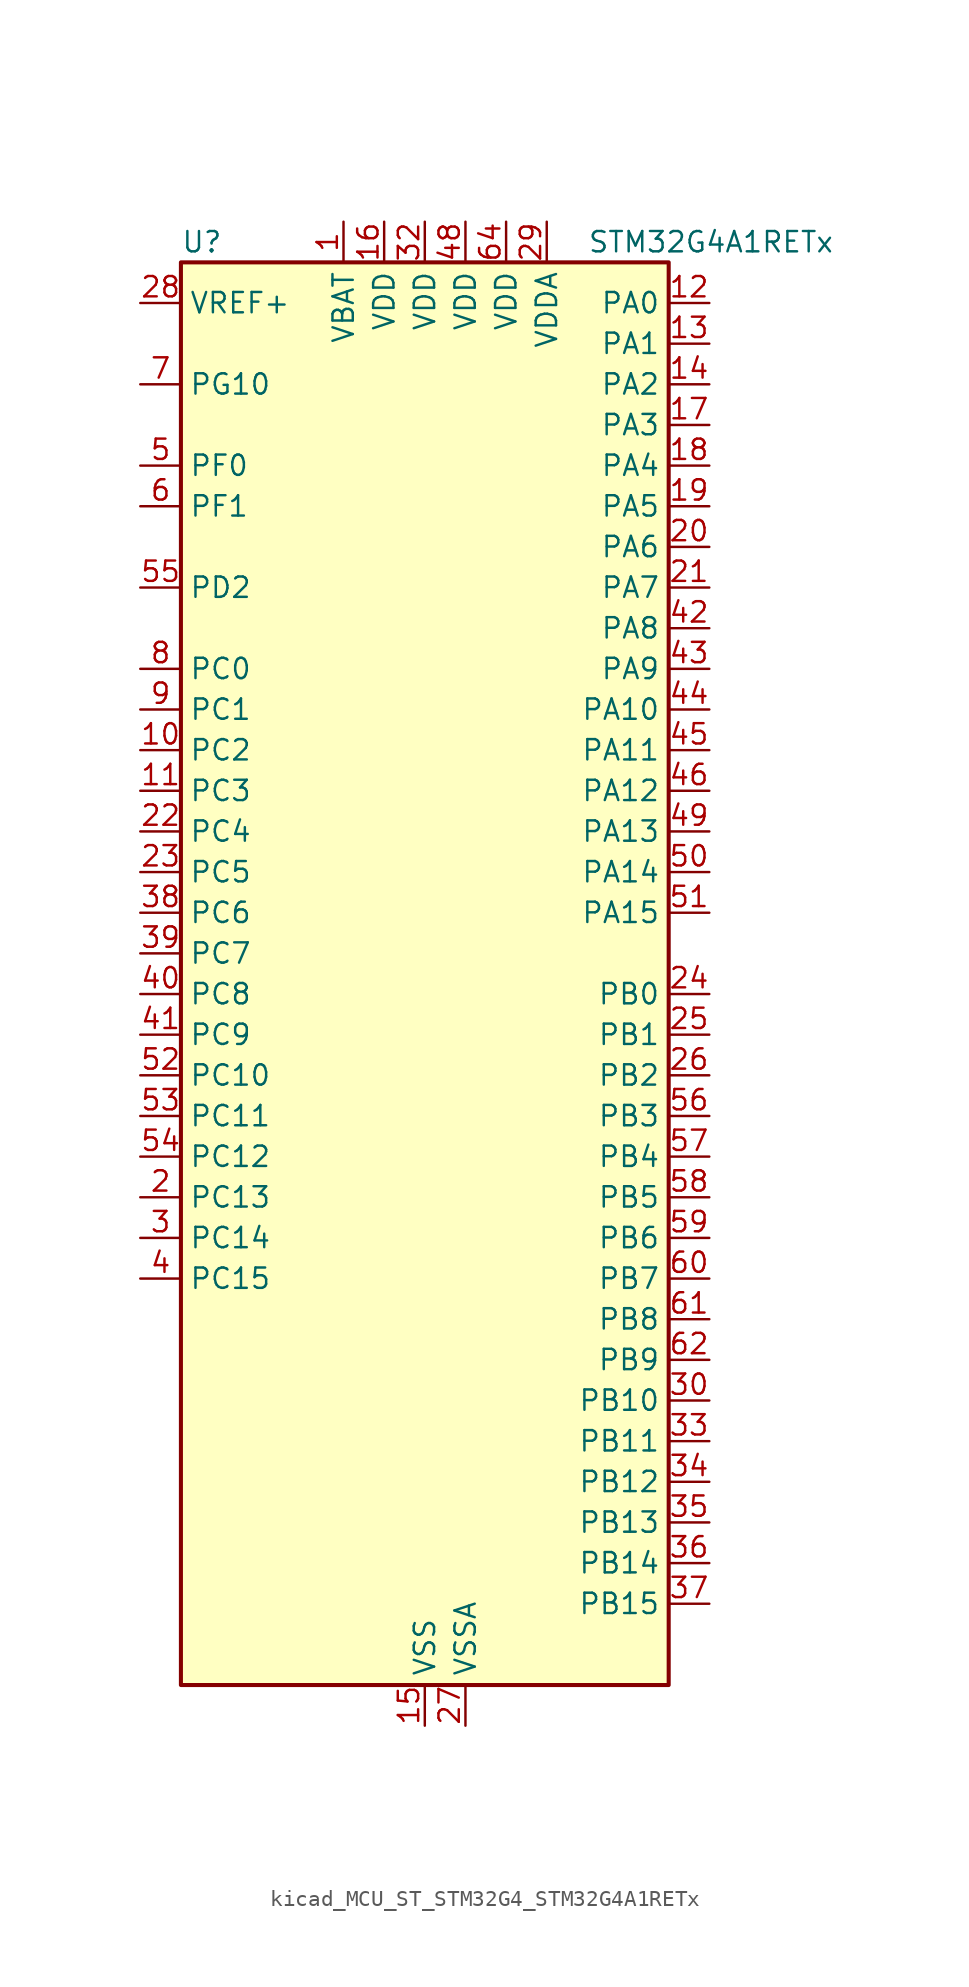
<source format=kicad_sym>
(kicad_symbol_lib
  (version 20220914)
  (generator kicad_symbol_editor)
  (symbol "kicad_MCU_ST_STM32G4_STM32G4A1RETx"
    (property "Reference" "U"
      (at -15.24 46.99 0)
      (effects (font (size 1.27 1.27)) (justify left)))
    (property "Value" "STM32G4A1RETx"
      (at 10.16 46.99 0)
      (effects (font (size 1.27 1.27)) (justify left)))
    (property "ki_locked" ""
      (at 0 0 0)
      (effects (font (size 1.27 1.27))))
    (symbol "kicad_MCU_ST_STM32G4_STM32G4A1RETx_0_1"
      (rectangle (start -15.24 -43.18) (end 15.24 45.72) (stroke (width 0.254) (type default)) (fill (type background))))
    (symbol "kicad_MCU_ST_STM32G4_STM32G4A1RETx_1_1"
      (pin power_in line (at -5.08 48.26 270) (length 2.54) (name "VBAT" (effects (font (size 1.27 1.27)))) (number "1" (effects (font (size 1.27 1.27)))))
      (pin bidirectional line (at -17.78 15.24 0) (length 2.54) (name "PC2" (effects (font (size 1.27 1.27)))) (number "10" (effects (font (size 1.27 1.27)))) (alternate "ADC1_IN8" bidirectional line) (alternate "ADC2_IN8" bidirectional line) (alternate "ADC3_EXTI2" bidirectional line) (alternate "COMP3_OUT" bidirectional line) (alternate "LPTIM1_IN2" bidirectional line) (alternate "QUADSPI1_BK2_IO1" bidirectional line) (alternate "TIM1_CH3" bidirectional line) (alternate "TIM20_CH2" bidirectional line))
      (pin bidirectional line (at -17.78 12.7 0) (length 2.54) (name "PC3" (effects (font (size 1.27 1.27)))) (number "11" (effects (font (size 1.27 1.27)))) (alternate "ADC1_IN9" bidirectional line) (alternate "ADC2_IN9" bidirectional line) (alternate "ADC3_EXTI3" bidirectional line) (alternate "LPTIM1_ETR" bidirectional line) (alternate "QUADSPI1_BK2_IO2" bidirectional line) (alternate "SAI1_D1" bidirectional line) (alternate "SAI1_SD_A" bidirectional line) (alternate "TIM1_BKIN2" bidirectional line) (alternate "TIM1_CH4" bidirectional line))
      (pin bidirectional line (at 17.78 43.18 180) (length 2.54) (name "PA0" (effects (font (size 1.27 1.27)))) (number "12" (effects (font (size 1.27 1.27)))) (alternate "ADC1_IN1" bidirectional line) (alternate "ADC2_IN1" bidirectional line) (alternate "COMP1_INM" bidirectional line) (alternate "COMP1_OUT" bidirectional line) (alternate "COMP3_INP" bidirectional line) (alternate "RTC_TAMP2" bidirectional line) (alternate "SYS_WKUP1" bidirectional line) (alternate "TIM2_CH1" bidirectional line) (alternate "TIM2_ETR" bidirectional line) (alternate "TIM8_BKIN" bidirectional line) (alternate "TIM8_ETR" bidirectional line) (alternate "USART2_CTS" bidirectional line) (alternate "USART2_NSS" bidirectional line))
      (pin bidirectional line (at 17.78 40.64 180) (length 2.54) (name "PA1" (effects (font (size 1.27 1.27)))) (number "13" (effects (font (size 1.27 1.27)))) (alternate "ADC1_IN2" bidirectional line) (alternate "ADC2_IN2" bidirectional line) (alternate "COMP1_INP" bidirectional line) (alternate "OPAMP1_VINP" bidirectional line) (alternate "OPAMP1_VINP_SEC" bidirectional line) (alternate "OPAMP3_VINP" bidirectional line) (alternate "OPAMP3_VINP_SEC" bidirectional line) (alternate "OPAMP6_VINM" bidirectional line) (alternate "OPAMP6_VINM0" bidirectional line) (alternate "OPAMP6_VINM_SEC" bidirectional line) (alternate "RTC_REFIN" bidirectional line) (alternate "TIM15_CH1N" bidirectional line) (alternate "TIM2_CH2" bidirectional line) (alternate "USART2_DE" bidirectional line) (alternate "USART2_RTS" bidirectional line))
      (pin bidirectional line (at 17.78 38.1 180) (length 2.54) (name "PA2" (effects (font (size 1.27 1.27)))) (number "14" (effects (font (size 1.27 1.27)))) (alternate "ADC1_IN3" bidirectional line) (alternate "ADC3_EXTI2" bidirectional line) (alternate "COMP2_INM" bidirectional line) (alternate "COMP2_OUT" bidirectional line) (alternate "LPUART1_TX" bidirectional line) (alternate "OPAMP1_VOUT" bidirectional line) (alternate "QUADSPI1_BK1_NCS" bidirectional line) (alternate "RCC_LSCO" bidirectional line) (alternate "SYS_WKUP4" bidirectional line) (alternate "TIM15_CH1" bidirectional line) (alternate "TIM2_CH3" bidirectional line) (alternate "UCPD1_FRSTX1" bidirectional line) (alternate "UCPD1_FRSTX2" bidirectional line) (alternate "USART2_TX" bidirectional line))
      (pin power_in line (at 0 -45.72 90) (length 2.54) (name "VSS" (effects (font (size 1.27 1.27)))) (number "15" (effects (font (size 1.27 1.27)))))
      (pin power_in line (at -2.54 48.26 270) (length 2.54) (name "VDD" (effects (font (size 1.27 1.27)))) (number "16" (effects (font (size 1.27 1.27)))))
      (pin bidirectional line (at 17.78 35.56 180) (length 2.54) (name "PA3" (effects (font (size 1.27 1.27)))) (number "17" (effects (font (size 1.27 1.27)))) (alternate "ADC1_IN4" bidirectional line) (alternate "ADC3_EXTI3" bidirectional line) (alternate "COMP2_INP" bidirectional line) (alternate "LPUART1_RX" bidirectional line) (alternate "OPAMP1_VINM" bidirectional line) (alternate "OPAMP1_VINM0" bidirectional line) (alternate "OPAMP1_VINM_SEC" bidirectional line) (alternate "OPAMP1_VINP" bidirectional line) (alternate "OPAMP1_VINP_SEC" bidirectional line) (alternate "QUADSPI1_CLK" bidirectional line) (alternate "SAI1_CK1" bidirectional line) (alternate "SAI1_MCLK_A" bidirectional line) (alternate "TIM15_CH2" bidirectional line) (alternate "TIM2_CH4" bidirectional line) (alternate "USART2_RX" bidirectional line))
      (pin bidirectional line (at 17.78 33.02 180) (length 2.54) (name "PA4" (effects (font (size 1.27 1.27)))) (number "18" (effects (font (size 1.27 1.27)))) (alternate "ADC2_IN17" bidirectional line) (alternate "COMP1_INM" bidirectional line) (alternate "DAC1_OUT1" bidirectional line) (alternate "I2S3_WS" bidirectional line) (alternate "SAI1_FS_B" bidirectional line) (alternate "SPI1_NSS" bidirectional line) (alternate "SPI3_NSS" bidirectional line) (alternate "TIM3_CH2" bidirectional line) (alternate "USART2_CK" bidirectional line))
      (pin bidirectional line (at 17.78 30.48 180) (length 2.54) (name "PA5" (effects (font (size 1.27 1.27)))) (number "19" (effects (font (size 1.27 1.27)))) (alternate "ADC2_IN13" bidirectional line) (alternate "COMP2_INM" bidirectional line) (alternate "DAC1_OUT2" bidirectional line) (alternate "OPAMP2_VINM" bidirectional line) (alternate "OPAMP2_VINM0" bidirectional line) (alternate "OPAMP2_VINM_SEC" bidirectional line) (alternate "SPI1_SCK" bidirectional line) (alternate "TIM2_CH1" bidirectional line) (alternate "TIM2_ETR" bidirectional line) (alternate "UCPD1_FRSTX1" bidirectional line) (alternate "UCPD1_FRSTX2" bidirectional line))
      (pin bidirectional line (at -17.78 -12.7 0) (length 2.54) (name "PC13" (effects (font (size 1.27 1.27)))) (number "2" (effects (font (size 1.27 1.27)))) (alternate "RTC_OUT1" bidirectional line) (alternate "RTC_TAMP1" bidirectional line) (alternate "RTC_TS" bidirectional line) (alternate "SYS_WKUP2" bidirectional line) (alternate "TIM1_BKIN" bidirectional line) (alternate "TIM1_CH1N" bidirectional line) (alternate "TIM8_CH4N" bidirectional line))
      (pin bidirectional line (at 17.78 27.94 180) (length 2.54) (name "PA6" (effects (font (size 1.27 1.27)))) (number "20" (effects (font (size 1.27 1.27)))) (alternate "ADC2_IN3" bidirectional line) (alternate "COMP1_OUT" bidirectional line) (alternate "LPUART1_CTS" bidirectional line) (alternate "OPAMP2_VOUT" bidirectional line) (alternate "QUADSPI1_BK1_IO3" bidirectional line) (alternate "SPI1_MISO" bidirectional line) (alternate "TIM16_CH1" bidirectional line) (alternate "TIM1_BKIN" bidirectional line) (alternate "TIM3_CH1" bidirectional line) (alternate "TIM8_BKIN" bidirectional line))
      (pin bidirectional line (at 17.78 25.4 180) (length 2.54) (name "PA7" (effects (font (size 1.27 1.27)))) (number "21" (effects (font (size 1.27 1.27)))) (alternate "ADC2_IN4" bidirectional line) (alternate "COMP2_INP" bidirectional line) (alternate "COMP2_OUT" bidirectional line) (alternate "OPAMP1_VINP" bidirectional line) (alternate "OPAMP1_VINP_SEC" bidirectional line) (alternate "OPAMP2_VINP" bidirectional line) (alternate "OPAMP2_VINP_SEC" bidirectional line) (alternate "QUADSPI1_BK1_IO2" bidirectional line) (alternate "SPI1_MOSI" bidirectional line) (alternate "TIM17_CH1" bidirectional line) (alternate "TIM1_CH1N" bidirectional line) (alternate "TIM3_CH2" bidirectional line) (alternate "TIM8_CH1N" bidirectional line) (alternate "UCPD1_FRSTX1" bidirectional line) (alternate "UCPD1_FRSTX2" bidirectional line))
      (pin bidirectional line (at -17.78 10.16 0) (length 2.54) (name "PC4" (effects (font (size 1.27 1.27)))) (number "22" (effects (font (size 1.27 1.27)))) (alternate "ADC2_IN5" bidirectional line) (alternate "I2C2_SCL" bidirectional line) (alternate "QUADSPI1_BK2_IO3" bidirectional line) (alternate "TIM1_ETR" bidirectional line) (alternate "USART1_TX" bidirectional line))
      (pin bidirectional line (at -17.78 7.62 0) (length 2.54) (name "PC5" (effects (font (size 1.27 1.27)))) (number "23" (effects (font (size 1.27 1.27)))) (alternate "ADC2_IN11" bidirectional line) (alternate "OPAMP1_VINM" bidirectional line) (alternate "OPAMP1_VINM1" bidirectional line) (alternate "OPAMP1_VINM_SEC" bidirectional line) (alternate "OPAMP2_VINM" bidirectional line) (alternate "OPAMP2_VINM1" bidirectional line) (alternate "OPAMP2_VINM_SEC" bidirectional line) (alternate "SAI1_D3" bidirectional line) (alternate "SYS_WKUP5" bidirectional line) (alternate "TIM15_BKIN" bidirectional line) (alternate "TIM1_CH4N" bidirectional line) (alternate "USART1_RX" bidirectional line))
      (pin bidirectional line (at 17.78 0 180) (length 2.54) (name "PB0" (effects (font (size 1.27 1.27)))) (number "24" (effects (font (size 1.27 1.27)))) (alternate "ADC1_IN15" bidirectional line) (alternate "ADC3_IN12" bidirectional line) (alternate "COMP4_INP" bidirectional line) (alternate "OPAMP2_VINP" bidirectional line) (alternate "OPAMP2_VINP_SEC" bidirectional line) (alternate "OPAMP3_VINP" bidirectional line) (alternate "OPAMP3_VINP_SEC" bidirectional line) (alternate "QUADSPI1_BK1_IO1" bidirectional line) (alternate "TIM1_CH2N" bidirectional line) (alternate "TIM3_CH3" bidirectional line) (alternate "TIM8_CH2N" bidirectional line) (alternate "UCPD1_FRSTX1" bidirectional line) (alternate "UCPD1_FRSTX2" bidirectional line))
      (pin bidirectional line (at 17.78 -2.54 180) (length 2.54) (name "PB1" (effects (font (size 1.27 1.27)))) (number "25" (effects (font (size 1.27 1.27)))) (alternate "ADC1_IN12" bidirectional line) (alternate "ADC3_IN1" bidirectional line) (alternate "COMP1_INP" bidirectional line) (alternate "COMP4_OUT" bidirectional line) (alternate "LPUART1_DE" bidirectional line) (alternate "LPUART1_RTS" bidirectional line) (alternate "OPAMP3_VOUT" bidirectional line) (alternate "OPAMP6_VINM" bidirectional line) (alternate "OPAMP6_VINM1" bidirectional line) (alternate "OPAMP6_VINM_SEC" bidirectional line) (alternate "QUADSPI1_BK1_IO0" bidirectional line) (alternate "TIM1_CH3N" bidirectional line) (alternate "TIM3_CH4" bidirectional line) (alternate "TIM8_CH3N" bidirectional line))
      (pin bidirectional line (at 17.78 -5.08 180) (length 2.54) (name "PB2" (effects (font (size 1.27 1.27)))) (number "26" (effects (font (size 1.27 1.27)))) (alternate "ADC2_IN12" bidirectional line) (alternate "ADC3_EXTI2" bidirectional line) (alternate "COMP4_INM" bidirectional line) (alternate "I2C3_SMBA" bidirectional line) (alternate "LPTIM1_OUT" bidirectional line) (alternate "OPAMP3_VINM" bidirectional line) (alternate "OPAMP3_VINM0" bidirectional line) (alternate "OPAMP3_VINM_SEC" bidirectional line) (alternate "QUADSPI1_BK2_IO1" bidirectional line) (alternate "RTC_OUT2" bidirectional line) (alternate "TIM20_CH1" bidirectional line))
      (pin power_in line (at 2.54 -45.72 90) (length 2.54) (name "VSSA" (effects (font (size 1.27 1.27)))) (number "27" (effects (font (size 1.27 1.27)))))
      (pin input line (at -17.78 43.18 0) (length 2.54) (name "VREF+" (effects (font (size 1.27 1.27)))) (number "28" (effects (font (size 1.27 1.27)))) (alternate "VREFBUF_OUT" bidirectional line))
      (pin power_in line (at 7.62 48.26 270) (length 2.54) (name "VDDA" (effects (font (size 1.27 1.27)))) (number "29" (effects (font (size 1.27 1.27)))))
      (pin bidirectional line (at -17.78 -15.24 0) (length 2.54) (name "PC14" (effects (font (size 1.27 1.27)))) (number "3" (effects (font (size 1.27 1.27)))) (alternate "RCC_OSC32_IN" bidirectional line))
      (pin bidirectional line (at 17.78 -25.4 180) (length 2.54) (name "PB10" (effects (font (size 1.27 1.27)))) (number "30" (effects (font (size 1.27 1.27)))) (alternate "DAC1_EXTI10" bidirectional line) (alternate "DAC3_EXTI10" bidirectional line) (alternate "LPUART1_RX" bidirectional line) (alternate "OPAMP3_VINM" bidirectional line) (alternate "OPAMP3_VINM1" bidirectional line) (alternate "OPAMP3_VINM_SEC" bidirectional line) (alternate "QUADSPI1_CLK" bidirectional line) (alternate "SAI1_SCK_A" bidirectional line) (alternate "TIM1_BKIN" bidirectional line) (alternate "TIM2_CH3" bidirectional line) (alternate "USART3_TX" bidirectional line))
      (pin passive line (at 0 -45.72 90) (length 2.54) hide (name "VSS" (effects (font (size 1.27 1.27)))) (number "31" (effects (font (size 1.27 1.27)))))
      (pin power_in line (at 0 48.26 270) (length 2.54) (name "VDD" (effects (font (size 1.27 1.27)))) (number "32" (effects (font (size 1.27 1.27)))))
      (pin bidirectional line (at 17.78 -27.94 180) (length 2.54) (name "PB11" (effects (font (size 1.27 1.27)))) (number "33" (effects (font (size 1.27 1.27)))) (alternate "ADC1_EXTI11" bidirectional line) (alternate "ADC1_IN14" bidirectional line) (alternate "ADC2_EXTI11" bidirectional line) (alternate "ADC2_IN14" bidirectional line) (alternate "LPUART1_TX" bidirectional line) (alternate "OPAMP6_VOUT" bidirectional line) (alternate "QUADSPI1_BK1_NCS" bidirectional line) (alternate "TIM2_CH4" bidirectional line) (alternate "USART3_RX" bidirectional line))
      (pin bidirectional line (at 17.78 -30.48 180) (length 2.54) (name "PB12" (effects (font (size 1.27 1.27)))) (number "34" (effects (font (size 1.27 1.27)))) (alternate "ADC1_IN11" bidirectional line) (alternate "FDCAN2_RX" bidirectional line) (alternate "I2C2_SMBA" bidirectional line) (alternate "I2S2_WS" bidirectional line) (alternate "LPUART1_DE" bidirectional line) (alternate "LPUART1_RTS" bidirectional line) (alternate "OPAMP6_VINP" bidirectional line) (alternate "OPAMP6_VINP_SEC" bidirectional line) (alternate "SPI2_NSS" bidirectional line) (alternate "TIM1_BKIN" bidirectional line) (alternate "USART3_CK" bidirectional line))
      (pin bidirectional line (at 17.78 -33.02 180) (length 2.54) (name "PB13" (effects (font (size 1.27 1.27)))) (number "35" (effects (font (size 1.27 1.27)))) (alternate "ADC3_IN5" bidirectional line) (alternate "FDCAN2_TX" bidirectional line) (alternate "I2S2_CK" bidirectional line) (alternate "LPUART1_CTS" bidirectional line) (alternate "OPAMP3_VINP" bidirectional line) (alternate "OPAMP3_VINP_SEC" bidirectional line) (alternate "OPAMP6_VINP" bidirectional line) (alternate "OPAMP6_VINP_SEC" bidirectional line) (alternate "SPI2_SCK" bidirectional line) (alternate "TIM1_CH1N" bidirectional line) (alternate "USART3_CTS" bidirectional line) (alternate "USART3_NSS" bidirectional line))
      (pin bidirectional line (at 17.78 -35.56 180) (length 2.54) (name "PB14" (effects (font (size 1.27 1.27)))) (number "36" (effects (font (size 1.27 1.27)))) (alternate "ADC1_IN5" bidirectional line) (alternate "COMP4_OUT" bidirectional line) (alternate "OPAMP2_VINP" bidirectional line) (alternate "OPAMP2_VINP_SEC" bidirectional line) (alternate "SPI2_MISO" bidirectional line) (alternate "TIM15_CH1" bidirectional line) (alternate "TIM1_CH2N" bidirectional line) (alternate "USART3_DE" bidirectional line) (alternate "USART3_RTS" bidirectional line))
      (pin bidirectional line (at 17.78 -38.1 180) (length 2.54) (name "PB15" (effects (font (size 1.27 1.27)))) (number "37" (effects (font (size 1.27 1.27)))) (alternate "ADC1_EXTI15" bidirectional line) (alternate "ADC2_EXTI15" bidirectional line) (alternate "ADC2_IN15" bidirectional line) (alternate "COMP3_OUT" bidirectional line) (alternate "I2S2_SD" bidirectional line) (alternate "RTC_REFIN" bidirectional line) (alternate "SPI2_MOSI" bidirectional line) (alternate "TIM15_CH1N" bidirectional line) (alternate "TIM15_CH2" bidirectional line) (alternate "TIM1_CH3N" bidirectional line))
      (pin bidirectional line (at -17.78 5.08 0) (length 2.54) (name "PC6" (effects (font (size 1.27 1.27)))) (number "38" (effects (font (size 1.27 1.27)))) (alternate "I2S2_MCK" bidirectional line) (alternate "TIM3_CH1" bidirectional line) (alternate "TIM8_CH1" bidirectional line))
      (pin bidirectional line (at -17.78 2.54 0) (length 2.54) (name "PC7" (effects (font (size 1.27 1.27)))) (number "39" (effects (font (size 1.27 1.27)))) (alternate "I2S3_MCK" bidirectional line) (alternate "TIM3_CH2" bidirectional line) (alternate "TIM8_CH2" bidirectional line))
      (pin bidirectional line (at -17.78 -17.78 0) (length 2.54) (name "PC15" (effects (font (size 1.27 1.27)))) (number "4" (effects (font (size 1.27 1.27)))) (alternate "ADC1_EXTI15" bidirectional line) (alternate "ADC2_EXTI15" bidirectional line) (alternate "RCC_OSC32_OUT" bidirectional line))
      (pin bidirectional line (at -17.78 0 0) (length 2.54) (name "PC8" (effects (font (size 1.27 1.27)))) (number "40" (effects (font (size 1.27 1.27)))) (alternate "I2C3_SCL" bidirectional line) (alternate "TIM20_CH3" bidirectional line) (alternate "TIM3_CH3" bidirectional line) (alternate "TIM8_CH3" bidirectional line))
      (pin bidirectional line (at -17.78 -2.54 0) (length 2.54) (name "PC9" (effects (font (size 1.27 1.27)))) (number "41" (effects (font (size 1.27 1.27)))) (alternate "DAC1_EXTI9" bidirectional line) (alternate "DAC3_EXTI9" bidirectional line) (alternate "I2C3_SDA" bidirectional line) (alternate "I2S_CKIN" bidirectional line) (alternate "TIM3_CH4" bidirectional line) (alternate "TIM8_BKIN2" bidirectional line) (alternate "TIM8_CH4" bidirectional line))
      (pin bidirectional line (at 17.78 22.86 180) (length 2.54) (name "PA8" (effects (font (size 1.27 1.27)))) (number "42" (effects (font (size 1.27 1.27)))) (alternate "I2C2_SDA" bidirectional line) (alternate "I2C3_SCL" bidirectional line) (alternate "I2S2_MCK" bidirectional line) (alternate "RCC_MCO" bidirectional line) (alternate "SAI1_CK2" bidirectional line) (alternate "SAI1_SCK_A" bidirectional line) (alternate "TIM1_CH1" bidirectional line) (alternate "TIM4_ETR" bidirectional line) (alternate "USART1_CK" bidirectional line))
      (pin bidirectional line (at 17.78 20.32 180) (length 2.54) (name "PA9" (effects (font (size 1.27 1.27)))) (number "43" (effects (font (size 1.27 1.27)))) (alternate "DAC1_EXTI9" bidirectional line) (alternate "DAC3_EXTI9" bidirectional line) (alternate "I2C2_SCL" bidirectional line) (alternate "I2C3_SMBA" bidirectional line) (alternate "I2S3_MCK" bidirectional line) (alternate "SAI1_FS_A" bidirectional line) (alternate "TIM15_BKIN" bidirectional line) (alternate "TIM1_CH2" bidirectional line) (alternate "TIM2_CH3" bidirectional line) (alternate "UCPD1_DBCC1" bidirectional line) (alternate "USART1_TX" bidirectional line))
      (pin bidirectional line (at 17.78 17.78 180) (length 2.54) (name "PA10" (effects (font (size 1.27 1.27)))) (number "44" (effects (font (size 1.27 1.27)))) (alternate "CRS_SYNC" bidirectional line) (alternate "DAC1_EXTI10" bidirectional line) (alternate "DAC3_EXTI10" bidirectional line) (alternate "I2C2_SMBA" bidirectional line) (alternate "SAI1_D1" bidirectional line) (alternate "SAI1_SD_A" bidirectional line) (alternate "SPI2_MISO" bidirectional line) (alternate "TIM17_BKIN" bidirectional line) (alternate "TIM1_CH3" bidirectional line) (alternate "TIM2_CH4" bidirectional line) (alternate "TIM8_BKIN" bidirectional line) (alternate "UCPD1_DBCC2" bidirectional line) (alternate "USART1_RX" bidirectional line))
      (pin bidirectional line (at 17.78 15.24 180) (length 2.54) (name "PA11" (effects (font (size 1.27 1.27)))) (number "45" (effects (font (size 1.27 1.27)))) (alternate "ADC1_EXTI11" bidirectional line) (alternate "ADC2_EXTI11" bidirectional line) (alternate "COMP1_OUT" bidirectional line) (alternate "FDCAN1_RX" bidirectional line) (alternate "I2S2_SD" bidirectional line) (alternate "SPI2_MOSI" bidirectional line) (alternate "TIM1_BKIN2" bidirectional line) (alternate "TIM1_CH1N" bidirectional line) (alternate "TIM1_CH4" bidirectional line) (alternate "TIM4_CH1" bidirectional line) (alternate "USART1_CTS" bidirectional line) (alternate "USART1_NSS" bidirectional line) (alternate "USB_DM" bidirectional line))
      (pin bidirectional line (at 17.78 12.7 180) (length 2.54) (name "PA12" (effects (font (size 1.27 1.27)))) (number "46" (effects (font (size 1.27 1.27)))) (alternate "COMP2_OUT" bidirectional line) (alternate "FDCAN1_TX" bidirectional line) (alternate "I2S_CKIN" bidirectional line) (alternate "TIM16_CH1" bidirectional line) (alternate "TIM1_CH2N" bidirectional line) (alternate "TIM1_ETR" bidirectional line) (alternate "TIM4_CH2" bidirectional line) (alternate "USART1_DE" bidirectional line) (alternate "USART1_RTS" bidirectional line) (alternate "USB_DP" bidirectional line))
      (pin passive line (at 0 -45.72 90) (length 2.54) hide (name "VSS" (effects (font (size 1.27 1.27)))) (number "47" (effects (font (size 1.27 1.27)))))
      (pin power_in line (at 2.54 48.26 270) (length 2.54) (name "VDD" (effects (font (size 1.27 1.27)))) (number "48" (effects (font (size 1.27 1.27)))))
      (pin bidirectional line (at 17.78 10.16 180) (length 2.54) (name "PA13" (effects (font (size 1.27 1.27)))) (number "49" (effects (font (size 1.27 1.27)))) (alternate "I2C1_SCL" bidirectional line) (alternate "IR_OUT" bidirectional line) (alternate "SAI1_SD_B" bidirectional line) (alternate "SYS_JTMS-SWDIO" bidirectional line) (alternate "TIM16_CH1N" bidirectional line) (alternate "TIM4_CH3" bidirectional line) (alternate "USART3_CTS" bidirectional line) (alternate "USART3_NSS" bidirectional line))
      (pin bidirectional line (at -17.78 33.02 0) (length 2.54) (name "PF0" (effects (font (size 1.27 1.27)))) (number "5" (effects (font (size 1.27 1.27)))) (alternate "ADC1_IN10" bidirectional line) (alternate "I2C2_SDA" bidirectional line) (alternate "I2S2_WS" bidirectional line) (alternate "RCC_OSC_IN" bidirectional line) (alternate "SPI2_NSS" bidirectional line) (alternate "TIM1_CH3N" bidirectional line))
      (pin bidirectional line (at 17.78 7.62 180) (length 2.54) (name "PA14" (effects (font (size 1.27 1.27)))) (number "50" (effects (font (size 1.27 1.27)))) (alternate "I2C1_SDA" bidirectional line) (alternate "LPTIM1_OUT" bidirectional line) (alternate "SAI1_FS_B" bidirectional line) (alternate "SYS_JTCK-SWCLK" bidirectional line) (alternate "TIM1_BKIN" bidirectional line) (alternate "TIM8_CH2" bidirectional line) (alternate "USART2_TX" bidirectional line))
      (pin bidirectional line (at 17.78 5.08 180) (length 2.54) (name "PA15" (effects (font (size 1.27 1.27)))) (number "51" (effects (font (size 1.27 1.27)))) (alternate "ADC1_EXTI15" bidirectional line) (alternate "ADC2_EXTI15" bidirectional line) (alternate "I2C1_SCL" bidirectional line) (alternate "I2S3_WS" bidirectional line) (alternate "SPI1_NSS" bidirectional line) (alternate "SPI3_NSS" bidirectional line) (alternate "SYS_JTDI" bidirectional line) (alternate "TIM1_BKIN" bidirectional line) (alternate "TIM20_ETR" bidirectional line) (alternate "TIM2_CH1" bidirectional line) (alternate "TIM2_ETR" bidirectional line) (alternate "TIM8_CH1" bidirectional line) (alternate "UART4_DE" bidirectional line) (alternate "UART4_RTS" bidirectional line) (alternate "USART2_RX" bidirectional line))
      (pin bidirectional line (at -17.78 -5.08 0) (length 2.54) (name "PC10" (effects (font (size 1.27 1.27)))) (number "52" (effects (font (size 1.27 1.27)))) (alternate "DAC1_EXTI10" bidirectional line) (alternate "DAC3_EXTI10" bidirectional line) (alternate "I2S3_CK" bidirectional line) (alternate "SPI3_SCK" bidirectional line) (alternate "TIM8_CH1N" bidirectional line) (alternate "UART4_TX" bidirectional line) (alternate "USART3_TX" bidirectional line))
      (pin bidirectional line (at -17.78 -7.62 0) (length 2.54) (name "PC11" (effects (font (size 1.27 1.27)))) (number "53" (effects (font (size 1.27 1.27)))) (alternate "ADC1_EXTI11" bidirectional line) (alternate "ADC2_EXTI11" bidirectional line) (alternate "I2C3_SDA" bidirectional line) (alternate "SPI3_MISO" bidirectional line) (alternate "TIM8_CH2N" bidirectional line) (alternate "UART4_RX" bidirectional line) (alternate "USART3_RX" bidirectional line))
      (pin bidirectional line (at -17.78 -10.16 0) (length 2.54) (name "PC12" (effects (font (size 1.27 1.27)))) (number "54" (effects (font (size 1.27 1.27)))) (alternate "I2S3_SD" bidirectional line) (alternate "SPI3_MOSI" bidirectional line) (alternate "TIM8_CH3N" bidirectional line) (alternate "UART5_TX" bidirectional line) (alternate "UCPD1_FRSTX1" bidirectional line) (alternate "UCPD1_FRSTX2" bidirectional line) (alternate "USART3_CK" bidirectional line))
      (pin bidirectional line (at -17.78 25.4 0) (length 2.54) (name "PD2" (effects (font (size 1.27 1.27)))) (number "55" (effects (font (size 1.27 1.27)))) (alternate "ADC3_EXTI2" bidirectional line) (alternate "TIM3_ETR" bidirectional line) (alternate "TIM8_BKIN" bidirectional line) (alternate "UART5_RX" bidirectional line))
      (pin bidirectional line (at 17.78 -7.62 180) (length 2.54) (name "PB3" (effects (font (size 1.27 1.27)))) (number "56" (effects (font (size 1.27 1.27)))) (alternate "ADC3_EXTI3" bidirectional line) (alternate "CRS_SYNC" bidirectional line) (alternate "I2S3_CK" bidirectional line) (alternate "SAI1_SCK_B" bidirectional line) (alternate "SPI1_SCK" bidirectional line) (alternate "SPI3_SCK" bidirectional line) (alternate "SYS_JTDO-SWO" bidirectional line) (alternate "TIM2_CH2" bidirectional line) (alternate "TIM3_ETR" bidirectional line) (alternate "TIM4_ETR" bidirectional line) (alternate "TIM8_CH1N" bidirectional line) (alternate "USART2_TX" bidirectional line))
      (pin bidirectional line (at 17.78 -10.16 180) (length 2.54) (name "PB4" (effects (font (size 1.27 1.27)))) (number "57" (effects (font (size 1.27 1.27)))) (alternate "SAI1_MCLK_B" bidirectional line) (alternate "SPI1_MISO" bidirectional line) (alternate "SPI3_MISO" bidirectional line) (alternate "SYS_JTRST" bidirectional line) (alternate "TIM16_CH1" bidirectional line) (alternate "TIM17_BKIN" bidirectional line) (alternate "TIM3_CH1" bidirectional line) (alternate "TIM8_CH2N" bidirectional line) (alternate "UART5_DE" bidirectional line) (alternate "UART5_RTS" bidirectional line) (alternate "UCPD1_CC2" bidirectional line) (alternate "USART2_RX" bidirectional line))
      (pin bidirectional line (at 17.78 -12.7 180) (length 2.54) (name "PB5" (effects (font (size 1.27 1.27)))) (number "58" (effects (font (size 1.27 1.27)))) (alternate "FDCAN2_RX" bidirectional line) (alternate "I2C1_SMBA" bidirectional line) (alternate "I2C3_SDA" bidirectional line) (alternate "I2S3_SD" bidirectional line) (alternate "LPTIM1_IN1" bidirectional line) (alternate "SAI1_SD_B" bidirectional line) (alternate "SPI1_MOSI" bidirectional line) (alternate "SPI3_MOSI" bidirectional line) (alternate "TIM16_BKIN" bidirectional line) (alternate "TIM17_CH1" bidirectional line) (alternate "TIM3_CH2" bidirectional line) (alternate "TIM8_CH3N" bidirectional line) (alternate "UART5_CTS" bidirectional line) (alternate "USART2_CK" bidirectional line))
      (pin bidirectional line (at 17.78 -15.24 180) (length 2.54) (name "PB6" (effects (font (size 1.27 1.27)))) (number "59" (effects (font (size 1.27 1.27)))) (alternate "COMP4_OUT" bidirectional line) (alternate "FDCAN2_TX" bidirectional line) (alternate "LPTIM1_ETR" bidirectional line) (alternate "SAI1_FS_B" bidirectional line) (alternate "TIM16_CH1N" bidirectional line) (alternate "TIM4_CH1" bidirectional line) (alternate "TIM8_BKIN2" bidirectional line) (alternate "TIM8_CH1" bidirectional line) (alternate "TIM8_ETR" bidirectional line) (alternate "UCPD1_CC1" bidirectional line) (alternate "USART1_TX" bidirectional line))
      (pin bidirectional line (at -17.78 30.48 0) (length 2.54) (name "PF1" (effects (font (size 1.27 1.27)))) (number "6" (effects (font (size 1.27 1.27)))) (alternate "ADC2_IN10" bidirectional line) (alternate "COMP3_INM" bidirectional line) (alternate "I2S2_CK" bidirectional line) (alternate "RCC_OSC_OUT" bidirectional line) (alternate "SPI2_SCK" bidirectional line))
      (pin bidirectional line (at 17.78 -17.78 180) (length 2.54) (name "PB7" (effects (font (size 1.27 1.27)))) (number "60" (effects (font (size 1.27 1.27)))) (alternate "COMP3_OUT" bidirectional line) (alternate "I2C1_SDA" bidirectional line) (alternate "LPTIM1_IN2" bidirectional line) (alternate "SYS_PVD_IN" bidirectional line) (alternate "TIM17_CH1N" bidirectional line) (alternate "TIM3_CH4" bidirectional line) (alternate "TIM4_CH2" bidirectional line) (alternate "TIM8_BKIN" bidirectional line) (alternate "UART4_CTS" bidirectional line) (alternate "USART1_RX" bidirectional line))
      (pin bidirectional line (at 17.78 -20.32 180) (length 2.54) (name "PB8" (effects (font (size 1.27 1.27)))) (number "61" (effects (font (size 1.27 1.27)))) (alternate "COMP1_OUT" bidirectional line) (alternate "FDCAN1_RX" bidirectional line) (alternate "I2C1_SCL" bidirectional line) (alternate "SAI1_CK1" bidirectional line) (alternate "SAI1_MCLK_A" bidirectional line) (alternate "TIM16_CH1" bidirectional line) (alternate "TIM1_BKIN" bidirectional line) (alternate "TIM4_CH3" bidirectional line) (alternate "TIM8_CH2" bidirectional line) (alternate "USART3_RX" bidirectional line))
      (pin bidirectional line (at 17.78 -22.86 180) (length 2.54) (name "PB9" (effects (font (size 1.27 1.27)))) (number "62" (effects (font (size 1.27 1.27)))) (alternate "COMP2_OUT" bidirectional line) (alternate "DAC1_EXTI9" bidirectional line) (alternate "DAC3_EXTI9" bidirectional line) (alternate "FDCAN1_TX" bidirectional line) (alternate "I2C1_SDA" bidirectional line) (alternate "IR_OUT" bidirectional line) (alternate "SAI1_D2" bidirectional line) (alternate "SAI1_FS_A" bidirectional line) (alternate "TIM17_CH1" bidirectional line) (alternate "TIM1_CH3N" bidirectional line) (alternate "TIM4_CH4" bidirectional line) (alternate "TIM8_CH3" bidirectional line) (alternate "USART3_TX" bidirectional line))
      (pin passive line (at 0 -45.72 90) (length 2.54) hide (name "VSS" (effects (font (size 1.27 1.27)))) (number "63" (effects (font (size 1.27 1.27)))))
      (pin power_in line (at 5.08 48.26 270) (length 2.54) (name "VDD" (effects (font (size 1.27 1.27)))) (number "64" (effects (font (size 1.27 1.27)))))
      (pin bidirectional line (at -17.78 38.1 0) (length 2.54) (name "PG10" (effects (font (size 1.27 1.27)))) (number "7" (effects (font (size 1.27 1.27)))) (alternate "DAC1_EXTI10" bidirectional line) (alternate "DAC3_EXTI10" bidirectional line) (alternate "RCC_MCO" bidirectional line))
      (pin bidirectional line (at -17.78 20.32 0) (length 2.54) (name "PC0" (effects (font (size 1.27 1.27)))) (number "8" (effects (font (size 1.27 1.27)))) (alternate "ADC1_IN6" bidirectional line) (alternate "ADC2_IN6" bidirectional line) (alternate "COMP3_INM" bidirectional line) (alternate "LPTIM1_IN1" bidirectional line) (alternate "LPUART1_RX" bidirectional line) (alternate "TIM1_CH1" bidirectional line))
      (pin bidirectional line (at -17.78 17.78 0) (length 2.54) (name "PC1" (effects (font (size 1.27 1.27)))) (number "9" (effects (font (size 1.27 1.27)))) (alternate "ADC1_IN7" bidirectional line) (alternate "ADC2_IN7" bidirectional line) (alternate "COMP3_INP" bidirectional line) (alternate "LPTIM1_OUT" bidirectional line) (alternate "LPUART1_TX" bidirectional line) (alternate "QUADSPI1_BK2_IO0" bidirectional line) (alternate "SAI1_SD_A" bidirectional line) (alternate "TIM1_CH2" bidirectional line)))))
</source>
